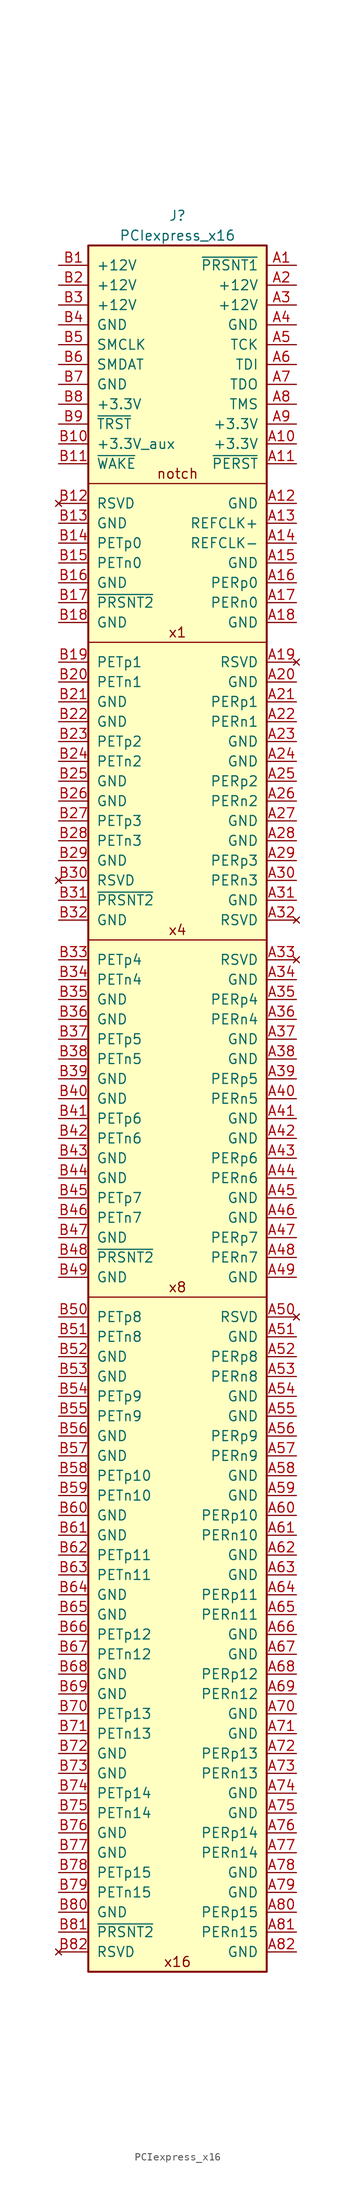
<source format=kicad_sym>
(kicad_symbol_lib
  (version 20231120)
  (generator "kicad_symbol_editor")
  (generator_version "8.0")
  (symbol "PCIexpress_x16"
    (pin_names
      (offset 1.016))
    (property "Reference" "J"
      (at 0 3.81 0)
      (effects (font (size 1.27 1.27))))
    (property "Value" "PCIexpress_x16"
      (at 0 1.27 0)
      (effects (font (size 1.27 1.27))))
    (symbol "PCIexpress_x16_0_0"
      (polyline (pts (xy 11.43 -134.62) (xy -11.43 -134.62)) (stroke (width 0) (type default)) (fill (type none)))
      (polyline (pts (xy 11.43 -88.9) (xy -11.43 -88.9)) (stroke (width 0) (type default)) (fill (type none)))
      (text "x16" (at 0 -219.71 0) (effects (font (size 1.27 1.27))))
      (text "x4" (at 0 -87.63 0) (effects (font (size 1.27 1.27))))
      (text "x8" (at 0 -133.35 0) (effects (font (size 1.27 1.27)))))
    (symbol "PCIexpress_x16_1_1"
      (polyline (pts (xy 11.43 -50.8) (xy -11.43 -50.8)) (stroke (width 0) (type default)) (fill (type none)))
      (polyline (pts (xy 11.43 -30.48) (xy -11.43 -30.48)) (stroke (width 0) (type default)) (fill (type none)))
      (rectangle (start 11.43 0) (end -11.43 -220.98) (stroke (width 0.254) (type default)) (fill (type background)))
      (text "notch" (at 0 -29.21 0) (effects (font (size 1.27 1.27))))
      (text "x1" (at 0 -49.53 0) (effects (font (size 1.27 1.27))))
      (pin passive line (at 15.24 -2.54 180) (length 3.81) (name "~{PRSNT1}" (effects (font (size 1.27 1.27)))) (number "A1" (effects (font (size 1.27 1.27)))))
      (pin power_out line (at 15.24 -25.4 180) (length 3.81) (name "+3.3V" (effects (font (size 1.27 1.27)))) (number "A10" (effects (font (size 1.27 1.27)))))
      (pin output line (at 15.24 -27.94 180) (length 3.81) (name "~{PERST}" (effects (font (size 1.27 1.27)))) (number "A11" (effects (font (size 1.27 1.27)))))
      (pin power_out line (at 15.24 -33.02 180) (length 3.81) (name "GND" (effects (font (size 1.27 1.27)))) (number "A12" (effects (font (size 1.27 1.27)))))
      (pin output line (at 15.24 -35.56 180) (length 3.81) (name "REFCLK+" (effects (font (size 1.27 1.27)))) (number "A13" (effects (font (size 1.27 1.27)))))
      (pin output line (at 15.24 -38.1 180) (length 3.81) (name "REFCLK-" (effects (font (size 1.27 1.27)))) (number "A14" (effects (font (size 1.27 1.27)))))
      (pin power_out line (at 15.24 -40.64 180) (length 3.81) (name "GND" (effects (font (size 1.27 1.27)))) (number "A15" (effects (font (size 1.27 1.27)))))
      (pin input line (at 15.24 -43.18 180) (length 3.81) (name "PERp0" (effects (font (size 1.27 1.27)))) (number "A16" (effects (font (size 1.27 1.27)))))
      (pin input line (at 15.24 -45.72 180) (length 3.81) (name "PERn0" (effects (font (size 1.27 1.27)))) (number "A17" (effects (font (size 1.27 1.27)))))
      (pin power_out line (at 15.24 -48.26 180) (length 3.81) (name "GND" (effects (font (size 1.27 1.27)))) (number "A18" (effects (font (size 1.27 1.27)))))
      (pin no_connect line (at 15.24 -53.34 180) (length 3.81) (name "RSVD" (effects (font (size 1.27 1.27)))) (number "A19" (effects (font (size 1.27 1.27)))))
      (pin power_out line (at 15.24 -5.08 180) (length 3.81) (name "+12V" (effects (font (size 1.27 1.27)))) (number "A2" (effects (font (size 1.27 1.27)))))
      (pin power_out line (at 15.24 -55.88 180) (length 3.81) (name "GND" (effects (font (size 1.27 1.27)))) (number "A20" (effects (font (size 1.27 1.27)))))
      (pin input line (at 15.24 -58.42 180) (length 3.81) (name "PERp1" (effects (font (size 1.27 1.27)))) (number "A21" (effects (font (size 1.27 1.27)))))
      (pin input line (at 15.24 -60.96 180) (length 3.81) (name "PERn1" (effects (font (size 1.27 1.27)))) (number "A22" (effects (font (size 1.27 1.27)))))
      (pin power_out line (at 15.24 -63.5 180) (length 3.81) (name "GND" (effects (font (size 1.27 1.27)))) (number "A23" (effects (font (size 1.27 1.27)))))
      (pin power_out line (at 15.24 -66.04 180) (length 3.81) (name "GND" (effects (font (size 1.27 1.27)))) (number "A24" (effects (font (size 1.27 1.27)))))
      (pin input line (at 15.24 -68.58 180) (length 3.81) (name "PERp2" (effects (font (size 1.27 1.27)))) (number "A25" (effects (font (size 1.27 1.27)))))
      (pin input line (at 15.24 -71.12 180) (length 3.81) (name "PERn2" (effects (font (size 1.27 1.27)))) (number "A26" (effects (font (size 1.27 1.27)))))
      (pin power_out line (at 15.24 -73.66 180) (length 3.81) (name "GND" (effects (font (size 1.27 1.27)))) (number "A27" (effects (font (size 1.27 1.27)))))
      (pin power_out line (at 15.24 -76.2 180) (length 3.81) (name "GND" (effects (font (size 1.27 1.27)))) (number "A28" (effects (font (size 1.27 1.27)))))
      (pin input line (at 15.24 -78.74 180) (length 3.81) (name "PERp3" (effects (font (size 1.27 1.27)))) (number "A29" (effects (font (size 1.27 1.27)))))
      (pin power_out line (at 15.24 -7.62 180) (length 3.81) (name "+12V" (effects (font (size 1.27 1.27)))) (number "A3" (effects (font (size 1.27 1.27)))))
      (pin input line (at 15.24 -81.28 180) (length 3.81) (name "PERn3" (effects (font (size 1.27 1.27)))) (number "A30" (effects (font (size 1.27 1.27)))))
      (pin power_out line (at 15.24 -83.82 180) (length 3.81) (name "GND" (effects (font (size 1.27 1.27)))) (number "A31" (effects (font (size 1.27 1.27)))))
      (pin no_connect line (at 15.24 -86.36 180) (length 3.81) (name "RSVD" (effects (font (size 1.27 1.27)))) (number "A32" (effects (font (size 1.27 1.27)))))
      (pin no_connect line (at 15.24 -91.44 180) (length 3.81) (name "RSVD" (effects (font (size 1.27 1.27)))) (number "A33" (effects (font (size 1.27 1.27)))))
      (pin power_out line (at 15.24 -93.98 180) (length 3.81) (name "GND" (effects (font (size 1.27 1.27)))) (number "A34" (effects (font (size 1.27 1.27)))))
      (pin input line (at 15.24 -96.52 180) (length 3.81) (name "PERp4" (effects (font (size 1.27 1.27)))) (number "A35" (effects (font (size 1.27 1.27)))))
      (pin input line (at 15.24 -99.06 180) (length 3.81) (name "PERn4" (effects (font (size 1.27 1.27)))) (number "A36" (effects (font (size 1.27 1.27)))))
      (pin power_out line (at 15.24 -101.6 180) (length 3.81) (name "GND" (effects (font (size 1.27 1.27)))) (number "A37" (effects (font (size 1.27 1.27)))))
      (pin power_out line (at 15.24 -104.14 180) (length 3.81) (name "GND" (effects (font (size 1.27 1.27)))) (number "A38" (effects (font (size 1.27 1.27)))))
      (pin input line (at 15.24 -106.68 180) (length 3.81) (name "PERp5" (effects (font (size 1.27 1.27)))) (number "A39" (effects (font (size 1.27 1.27)))))
      (pin power_out line (at 15.24 -10.16 180) (length 3.81) (name "GND" (effects (font (size 1.27 1.27)))) (number "A4" (effects (font (size 1.27 1.27)))))
      (pin input line (at 15.24 -109.22 180) (length 3.81) (name "PERn5" (effects (font (size 1.27 1.27)))) (number "A40" (effects (font (size 1.27 1.27)))))
      (pin power_out line (at 15.24 -111.76 180) (length 3.81) (name "GND" (effects (font (size 1.27 1.27)))) (number "A41" (effects (font (size 1.27 1.27)))))
      (pin power_out line (at 15.24 -114.3 180) (length 3.81) (name "GND" (effects (font (size 1.27 1.27)))) (number "A42" (effects (font (size 1.27 1.27)))))
      (pin input line (at 15.24 -116.84 180) (length 3.81) (name "PERp6" (effects (font (size 1.27 1.27)))) (number "A43" (effects (font (size 1.27 1.27)))))
      (pin input line (at 15.24 -119.38 180) (length 3.81) (name "PERn6" (effects (font (size 1.27 1.27)))) (number "A44" (effects (font (size 1.27 1.27)))))
      (pin power_out line (at 15.24 -121.92 180) (length 3.81) (name "GND" (effects (font (size 1.27 1.27)))) (number "A45" (effects (font (size 1.27 1.27)))))
      (pin power_out line (at 15.24 -124.46 180) (length 3.81) (name "GND" (effects (font (size 1.27 1.27)))) (number "A46" (effects (font (size 1.27 1.27)))))
      (pin input line (at 15.24 -127 180) (length 3.81) (name "PERp7" (effects (font (size 1.27 1.27)))) (number "A47" (effects (font (size 1.27 1.27)))))
      (pin input line (at 15.24 -129.54 180) (length 3.81) (name "PERn7" (effects (font (size 1.27 1.27)))) (number "A48" (effects (font (size 1.27 1.27)))))
      (pin power_out line (at 15.24 -132.08 180) (length 3.81) (name "GND" (effects (font (size 1.27 1.27)))) (number "A49" (effects (font (size 1.27 1.27)))))
      (pin output line (at 15.24 -12.7 180) (length 3.81) (name "TCK" (effects (font (size 1.27 1.27)))) (number "A5" (effects (font (size 1.27 1.27)))))
      (pin no_connect line (at 15.24 -137.16 180) (length 3.81) (name "RSVD" (effects (font (size 1.27 1.27)))) (number "A50" (effects (font (size 1.27 1.27)))))
      (pin power_out line (at 15.24 -139.7 180) (length 3.81) (name "GND" (effects (font (size 1.27 1.27)))) (number "A51" (effects (font (size 1.27 1.27)))))
      (pin input line (at 15.24 -142.24 180) (length 3.81) (name "PERp8" (effects (font (size 1.27 1.27)))) (number "A52" (effects (font (size 1.27 1.27)))))
      (pin input line (at 15.24 -144.78 180) (length 3.81) (name "PERn8" (effects (font (size 1.27 1.27)))) (number "A53" (effects (font (size 1.27 1.27)))))
      (pin power_out line (at 15.24 -147.32 180) (length 3.81) (name "GND" (effects (font (size 1.27 1.27)))) (number "A54" (effects (font (size 1.27 1.27)))))
      (pin power_out line (at 15.24 -149.86 180) (length 3.81) (name "GND" (effects (font (size 1.27 1.27)))) (number "A55" (effects (font (size 1.27 1.27)))))
      (pin input line (at 15.24 -152.4 180) (length 3.81) (name "PERp9" (effects (font (size 1.27 1.27)))) (number "A56" (effects (font (size 1.27 1.27)))))
      (pin input line (at 15.24 -154.94 180) (length 3.81) (name "PERn9" (effects (font (size 1.27 1.27)))) (number "A57" (effects (font (size 1.27 1.27)))))
      (pin power_out line (at 15.24 -157.48 180) (length 3.81) (name "GND" (effects (font (size 1.27 1.27)))) (number "A58" (effects (font (size 1.27 1.27)))))
      (pin power_out line (at 15.24 -160.02 180) (length 3.81) (name "GND" (effects (font (size 1.27 1.27)))) (number "A59" (effects (font (size 1.27 1.27)))))
      (pin output line (at 15.24 -15.24 180) (length 3.81) (name "TDI" (effects (font (size 1.27 1.27)))) (number "A6" (effects (font (size 1.27 1.27)))))
      (pin input line (at 15.24 -162.56 180) (length 3.81) (name "PERp10" (effects (font (size 1.27 1.27)))) (number "A60" (effects (font (size 1.27 1.27)))))
      (pin input line (at 15.24 -165.1 180) (length 3.81) (name "PERn10" (effects (font (size 1.27 1.27)))) (number "A61" (effects (font (size 1.27 1.27)))))
      (pin power_out line (at 15.24 -167.64 180) (length 3.81) (name "GND" (effects (font (size 1.27 1.27)))) (number "A62" (effects (font (size 1.27 1.27)))))
      (pin power_out line (at 15.24 -170.18 180) (length 3.81) (name "GND" (effects (font (size 1.27 1.27)))) (number "A63" (effects (font (size 1.27 1.27)))))
      (pin input line (at 15.24 -172.72 180) (length 3.81) (name "PERp11" (effects (font (size 1.27 1.27)))) (number "A64" (effects (font (size 1.27 1.27)))))
      (pin input line (at 15.24 -175.26 180) (length 3.81) (name "PERn11" (effects (font (size 1.27 1.27)))) (number "A65" (effects (font (size 1.27 1.27)))))
      (pin power_out line (at 15.24 -177.8 180) (length 3.81) (name "GND" (effects (font (size 1.27 1.27)))) (number "A66" (effects (font (size 1.27 1.27)))))
      (pin power_out line (at 15.24 -180.34 180) (length 3.81) (name "GND" (effects (font (size 1.27 1.27)))) (number "A67" (effects (font (size 1.27 1.27)))))
      (pin input line (at 15.24 -182.88 180) (length 3.81) (name "PERp12" (effects (font (size 1.27 1.27)))) (number "A68" (effects (font (size 1.27 1.27)))))
      (pin input line (at 15.24 -185.42 180) (length 3.81) (name "PERn12" (effects (font (size 1.27 1.27)))) (number "A69" (effects (font (size 1.27 1.27)))))
      (pin input line (at 15.24 -17.78 180) (length 3.81) (name "TDO" (effects (font (size 1.27 1.27)))) (number "A7" (effects (font (size 1.27 1.27)))))
      (pin power_out line (at 15.24 -187.96 180) (length 3.81) (name "GND" (effects (font (size 1.27 1.27)))) (number "A70" (effects (font (size 1.27 1.27)))))
      (pin power_out line (at 15.24 -190.5 180) (length 3.81) (name "GND" (effects (font (size 1.27 1.27)))) (number "A71" (effects (font (size 1.27 1.27)))))
      (pin input line (at 15.24 -193.04 180) (length 3.81) (name "PERp13" (effects (font (size 1.27 1.27)))) (number "A72" (effects (font (size 1.27 1.27)))))
      (pin input line (at 15.24 -195.58 180) (length 3.81) (name "PERn13" (effects (font (size 1.27 1.27)))) (number "A73" (effects (font (size 1.27 1.27)))))
      (pin power_out line (at 15.24 -198.12 180) (length 3.81) (name "GND" (effects (font (size 1.27 1.27)))) (number "A74" (effects (font (size 1.27 1.27)))))
      (pin power_out line (at 15.24 -200.66 180) (length 3.81) (name "GND" (effects (font (size 1.27 1.27)))) (number "A75" (effects (font (size 1.27 1.27)))))
      (pin input line (at 15.24 -203.2 180) (length 3.81) (name "PERp14" (effects (font (size 1.27 1.27)))) (number "A76" (effects (font (size 1.27 1.27)))))
      (pin input line (at 15.24 -205.74 180) (length 3.81) (name "PERn14" (effects (font (size 1.27 1.27)))) (number "A77" (effects (font (size 1.27 1.27)))))
      (pin power_out line (at 15.24 -208.28 180) (length 3.81) (name "GND" (effects (font (size 1.27 1.27)))) (number "A78" (effects (font (size 1.27 1.27)))))
      (pin power_out line (at 15.24 -210.82 180) (length 3.81) (name "GND" (effects (font (size 1.27 1.27)))) (number "A79" (effects (font (size 1.27 1.27)))))
      (pin output line (at 15.24 -20.32 180) (length 3.81) (name "TMS" (effects (font (size 1.27 1.27)))) (number "A8" (effects (font (size 1.27 1.27)))))
      (pin input line (at 15.24 -213.36 180) (length 3.81) (name "PERp15" (effects (font (size 1.27 1.27)))) (number "A80" (effects (font (size 1.27 1.27)))))
      (pin input line (at 15.24 -215.9 180) (length 3.81) (name "PERn15" (effects (font (size 1.27 1.27)))) (number "A81" (effects (font (size 1.27 1.27)))))
      (pin power_out line (at 15.24 -218.44 180) (length 3.81) (name "GND" (effects (font (size 1.27 1.27)))) (number "A82" (effects (font (size 1.27 1.27)))))
      (pin power_out line (at 15.24 -22.86 180) (length 3.81) (name "+3.3V" (effects (font (size 1.27 1.27)))) (number "A9" (effects (font (size 1.27 1.27)))))
      (pin power_out line (at -15.24 -2.54 0) (length 3.81) (name "+12V" (effects (font (size 1.27 1.27)))) (number "B1" (effects (font (size 1.27 1.27)))))
      (pin power_out line (at -15.24 -25.4 0) (length 3.81) (name "+3.3V_aux" (effects (font (size 1.27 1.27)))) (number "B10" (effects (font (size 1.27 1.27)))))
      (pin open_collector line (at -15.24 -27.94 0) (length 3.81) (name "~{WAKE}" (effects (font (size 1.27 1.27)))) (number "B11" (effects (font (size 1.27 1.27)))))
      (pin no_connect line (at -15.24 -33.02 0) (length 3.81) (name "RSVD" (effects (font (size 1.27 1.27)))) (number "B12" (effects (font (size 1.27 1.27)))))
      (pin power_out line (at -15.24 -35.56 0) (length 3.81) (name "GND" (effects (font (size 1.27 1.27)))) (number "B13" (effects (font (size 1.27 1.27)))))
      (pin output line (at -15.24 -38.1 0) (length 3.81) (name "PETp0" (effects (font (size 1.27 1.27)))) (number "B14" (effects (font (size 1.27 1.27)))))
      (pin output line (at -15.24 -40.64 0) (length 3.81) (name "PETn0" (effects (font (size 1.27 1.27)))) (number "B15" (effects (font (size 1.27 1.27)))))
      (pin power_out line (at -15.24 -43.18 0) (length 3.81) (name "GND" (effects (font (size 1.27 1.27)))) (number "B16" (effects (font (size 1.27 1.27)))))
      (pin passive line (at -15.24 -45.72 0) (length 3.81) (name "~{PRSNT2}" (effects (font (size 1.27 1.27)))) (number "B17" (effects (font (size 1.27 1.27)))))
      (pin power_out line (at -15.24 -48.26 0) (length 3.81) (name "GND" (effects (font (size 1.27 1.27)))) (number "B18" (effects (font (size 1.27 1.27)))))
      (pin output line (at -15.24 -53.34 0) (length 3.81) (name "PETp1" (effects (font (size 1.27 1.27)))) (number "B19" (effects (font (size 1.27 1.27)))))
      (pin power_out line (at -15.24 -5.08 0) (length 3.81) (name "+12V" (effects (font (size 1.27 1.27)))) (number "B2" (effects (font (size 1.27 1.27)))))
      (pin output line (at -15.24 -55.88 0) (length 3.81) (name "PETn1" (effects (font (size 1.27 1.27)))) (number "B20" (effects (font (size 1.27 1.27)))))
      (pin power_out line (at -15.24 -58.42 0) (length 3.81) (name "GND" (effects (font (size 1.27 1.27)))) (number "B21" (effects (font (size 1.27 1.27)))))
      (pin power_out line (at -15.24 -60.96 0) (length 3.81) (name "GND" (effects (font (size 1.27 1.27)))) (number "B22" (effects (font (size 1.27 1.27)))))
      (pin output line (at -15.24 -63.5 0) (length 3.81) (name "PETp2" (effects (font (size 1.27 1.27)))) (number "B23" (effects (font (size 1.27 1.27)))))
      (pin output line (at -15.24 -66.04 0) (length 3.81) (name "PETn2" (effects (font (size 1.27 1.27)))) (number "B24" (effects (font (size 1.27 1.27)))))
      (pin power_out line (at -15.24 -68.58 0) (length 3.81) (name "GND" (effects (font (size 1.27 1.27)))) (number "B25" (effects (font (size 1.27 1.27)))))
      (pin power_out line (at -15.24 -71.12 0) (length 3.81) (name "GND" (effects (font (size 1.27 1.27)))) (number "B26" (effects (font (size 1.27 1.27)))))
      (pin output line (at -15.24 -73.66 0) (length 3.81) (name "PETp3" (effects (font (size 1.27 1.27)))) (number "B27" (effects (font (size 1.27 1.27)))))
      (pin output line (at -15.24 -76.2 0) (length 3.81) (name "PETn3" (effects (font (size 1.27 1.27)))) (number "B28" (effects (font (size 1.27 1.27)))))
      (pin power_out line (at -15.24 -78.74 0) (length 3.81) (name "GND" (effects (font (size 1.27 1.27)))) (number "B29" (effects (font (size 1.27 1.27)))))
      (pin power_out line (at -15.24 -7.62 0) (length 3.81) (name "+12V" (effects (font (size 1.27 1.27)))) (number "B3" (effects (font (size 1.27 1.27)))))
      (pin no_connect line (at -15.24 -81.28 0) (length 3.81) (name "RSVD" (effects (font (size 1.27 1.27)))) (number "B30" (effects (font (size 1.27 1.27)))))
      (pin passive line (at -15.24 -83.82 0) (length 3.81) (name "~{PRSNT2}" (effects (font (size 1.27 1.27)))) (number "B31" (effects (font (size 1.27 1.27)))))
      (pin power_out line (at -15.24 -86.36 0) (length 3.81) (name "GND" (effects (font (size 1.27 1.27)))) (number "B32" (effects (font (size 1.27 1.27)))))
      (pin output line (at -15.24 -91.44 0) (length 3.81) (name "PETp4" (effects (font (size 1.27 1.27)))) (number "B33" (effects (font (size 1.27 1.27)))))
      (pin output line (at -15.24 -93.98 0) (length 3.81) (name "PETn4" (effects (font (size 1.27 1.27)))) (number "B34" (effects (font (size 1.27 1.27)))))
      (pin power_out line (at -15.24 -96.52 0) (length 3.81) (name "GND" (effects (font (size 1.27 1.27)))) (number "B35" (effects (font (size 1.27 1.27)))))
      (pin power_out line (at -15.24 -99.06 0) (length 3.81) (name "GND" (effects (font (size 1.27 1.27)))) (number "B36" (effects (font (size 1.27 1.27)))))
      (pin output line (at -15.24 -101.6 0) (length 3.81) (name "PETp5" (effects (font (size 1.27 1.27)))) (number "B37" (effects (font (size 1.27 1.27)))))
      (pin output line (at -15.24 -104.14 0) (length 3.81) (name "PETn5" (effects (font (size 1.27 1.27)))) (number "B38" (effects (font (size 1.27 1.27)))))
      (pin power_out line (at -15.24 -106.68 0) (length 3.81) (name "GND" (effects (font (size 1.27 1.27)))) (number "B39" (effects (font (size 1.27 1.27)))))
      (pin power_out line (at -15.24 -10.16 0) (length 3.81) (name "GND" (effects (font (size 1.27 1.27)))) (number "B4" (effects (font (size 1.27 1.27)))))
      (pin power_out line (at -15.24 -109.22 0) (length 3.81) (name "GND" (effects (font (size 1.27 1.27)))) (number "B40" (effects (font (size 1.27 1.27)))))
      (pin output line (at -15.24 -111.76 0) (length 3.81) (name "PETp6" (effects (font (size 1.27 1.27)))) (number "B41" (effects (font (size 1.27 1.27)))))
      (pin output line (at -15.24 -114.3 0) (length 3.81) (name "PETn6" (effects (font (size 1.27 1.27)))) (number "B42" (effects (font (size 1.27 1.27)))))
      (pin power_out line (at -15.24 -116.84 0) (length 3.81) (name "GND" (effects (font (size 1.27 1.27)))) (number "B43" (effects (font (size 1.27 1.27)))))
      (pin power_out line (at -15.24 -119.38 0) (length 3.81) (name "GND" (effects (font (size 1.27 1.27)))) (number "B44" (effects (font (size 1.27 1.27)))))
      (pin output line (at -15.24 -121.92 0) (length 3.81) (name "PETp7" (effects (font (size 1.27 1.27)))) (number "B45" (effects (font (size 1.27 1.27)))))
      (pin output line (at -15.24 -124.46 0) (length 3.81) (name "PETn7" (effects (font (size 1.27 1.27)))) (number "B46" (effects (font (size 1.27 1.27)))))
      (pin power_out line (at -15.24 -127 0) (length 3.81) (name "GND" (effects (font (size 1.27 1.27)))) (number "B47" (effects (font (size 1.27 1.27)))))
      (pin passive line (at -15.24 -129.54 0) (length 3.81) (name "~{PRSNT2}" (effects (font (size 1.27 1.27)))) (number "B48" (effects (font (size 1.27 1.27)))))
      (pin power_out line (at -15.24 -132.08 0) (length 3.81) (name "GND" (effects (font (size 1.27 1.27)))) (number "B49" (effects (font (size 1.27 1.27)))))
      (pin open_collector line (at -15.24 -12.7 0) (length 3.81) (name "SMCLK" (effects (font (size 1.27 1.27)))) (number "B5" (effects (font (size 1.27 1.27)))))
      (pin output line (at -15.24 -137.16 0) (length 3.81) (name "PETp8" (effects (font (size 1.27 1.27)))) (number "B50" (effects (font (size 1.27 1.27)))))
      (pin output line (at -15.24 -139.7 0) (length 3.81) (name "PETn8" (effects (font (size 1.27 1.27)))) (number "B51" (effects (font (size 1.27 1.27)))))
      (pin power_out line (at -15.24 -142.24 0) (length 3.81) (name "GND" (effects (font (size 1.27 1.27)))) (number "B52" (effects (font (size 1.27 1.27)))))
      (pin power_out line (at -15.24 -144.78 0) (length 3.81) (name "GND" (effects (font (size 1.27 1.27)))) (number "B53" (effects (font (size 1.27 1.27)))))
      (pin output line (at -15.24 -147.32 0) (length 3.81) (name "PETp9" (effects (font (size 1.27 1.27)))) (number "B54" (effects (font (size 1.27 1.27)))))
      (pin output line (at -15.24 -149.86 0) (length 3.81) (name "PETn9" (effects (font (size 1.27 1.27)))) (number "B55" (effects (font (size 1.27 1.27)))))
      (pin power_out line (at -15.24 -152.4 0) (length 3.81) (name "GND" (effects (font (size 1.27 1.27)))) (number "B56" (effects (font (size 1.27 1.27)))))
      (pin power_out line (at -15.24 -154.94 0) (length 3.81) (name "GND" (effects (font (size 1.27 1.27)))) (number "B57" (effects (font (size 1.27 1.27)))))
      (pin output line (at -15.24 -157.48 0) (length 3.81) (name "PETp10" (effects (font (size 1.27 1.27)))) (number "B58" (effects (font (size 1.27 1.27)))))
      (pin output line (at -15.24 -160.02 0) (length 3.81) (name "PETn10" (effects (font (size 1.27 1.27)))) (number "B59" (effects (font (size 1.27 1.27)))))
      (pin open_collector line (at -15.24 -15.24 0) (length 3.81) (name "SMDAT" (effects (font (size 1.27 1.27)))) (number "B6" (effects (font (size 1.27 1.27)))))
      (pin power_out line (at -15.24 -162.56 0) (length 3.81) (name "GND" (effects (font (size 1.27 1.27)))) (number "B60" (effects (font (size 1.27 1.27)))))
      (pin power_out line (at -15.24 -165.1 0) (length 3.81) (name "GND" (effects (font (size 1.27 1.27)))) (number "B61" (effects (font (size 1.27 1.27)))))
      (pin output line (at -15.24 -167.64 0) (length 3.81) (name "PETp11" (effects (font (size 1.27 1.27)))) (number "B62" (effects (font (size 1.27 1.27)))))
      (pin output line (at -15.24 -170.18 0) (length 3.81) (name "PETn11" (effects (font (size 1.27 1.27)))) (number "B63" (effects (font (size 1.27 1.27)))))
      (pin power_out line (at -15.24 -172.72 0) (length 3.81) (name "GND" (effects (font (size 1.27 1.27)))) (number "B64" (effects (font (size 1.27 1.27)))))
      (pin power_out line (at -15.24 -175.26 0) (length 3.81) (name "GND" (effects (font (size 1.27 1.27)))) (number "B65" (effects (font (size 1.27 1.27)))))
      (pin output line (at -15.24 -177.8 0) (length 3.81) (name "PETp12" (effects (font (size 1.27 1.27)))) (number "B66" (effects (font (size 1.27 1.27)))))
      (pin output line (at -15.24 -180.34 0) (length 3.81) (name "PETn12" (effects (font (size 1.27 1.27)))) (number "B67" (effects (font (size 1.27 1.27)))))
      (pin power_out line (at -15.24 -182.88 0) (length 3.81) (name "GND" (effects (font (size 1.27 1.27)))) (number "B68" (effects (font (size 1.27 1.27)))))
      (pin power_out line (at -15.24 -185.42 0) (length 3.81) (name "GND" (effects (font (size 1.27 1.27)))) (number "B69" (effects (font (size 1.27 1.27)))))
      (pin power_out line (at -15.24 -17.78 0) (length 3.81) (name "GND" (effects (font (size 1.27 1.27)))) (number "B7" (effects (font (size 1.27 1.27)))))
      (pin output line (at -15.24 -187.96 0) (length 3.81) (name "PETp13" (effects (font (size 1.27 1.27)))) (number "B70" (effects (font (size 1.27 1.27)))))
      (pin output line (at -15.24 -190.5 0) (length 3.81) (name "PETn13" (effects (font (size 1.27 1.27)))) (number "B71" (effects (font (size 1.27 1.27)))))
      (pin power_out line (at -15.24 -193.04 0) (length 3.81) (name "GND" (effects (font (size 1.27 1.27)))) (number "B72" (effects (font (size 1.27 1.27)))))
      (pin power_out line (at -15.24 -195.58 0) (length 3.81) (name "GND" (effects (font (size 1.27 1.27)))) (number "B73" (effects (font (size 1.27 1.27)))))
      (pin output line (at -15.24 -198.12 0) (length 3.81) (name "PETp14" (effects (font (size 1.27 1.27)))) (number "B74" (effects (font (size 1.27 1.27)))))
      (pin output line (at -15.24 -200.66 0) (length 3.81) (name "PETn14" (effects (font (size 1.27 1.27)))) (number "B75" (effects (font (size 1.27 1.27)))))
      (pin power_out line (at -15.24 -203.2 0) (length 3.81) (name "GND" (effects (font (size 1.27 1.27)))) (number "B76" (effects (font (size 1.27 1.27)))))
      (pin power_out line (at -15.24 -205.74 0) (length 3.81) (name "GND" (effects (font (size 1.27 1.27)))) (number "B77" (effects (font (size 1.27 1.27)))))
      (pin output line (at -15.24 -208.28 0) (length 3.81) (name "PETp15" (effects (font (size 1.27 1.27)))) (number "B78" (effects (font (size 1.27 1.27)))))
      (pin output line (at -15.24 -210.82 0) (length 3.81) (name "PETn15" (effects (font (size 1.27 1.27)))) (number "B79" (effects (font (size 1.27 1.27)))))
      (pin power_out line (at -15.24 -20.32 0) (length 3.81) (name "+3.3V" (effects (font (size 1.27 1.27)))) (number "B8" (effects (font (size 1.27 1.27)))))
      (pin power_out line (at -15.24 -213.36 0) (length 3.81) (name "GND" (effects (font (size 1.27 1.27)))) (number "B80" (effects (font (size 1.27 1.27)))))
      (pin passive line (at -15.24 -215.9 0) (length 3.81) (name "~{PRSNT2}" (effects (font (size 1.27 1.27)))) (number "B81" (effects (font (size 1.27 1.27)))))
      (pin no_connect line (at -15.24 -218.44 0) (length 3.81) (name "RSVD" (effects (font (size 1.27 1.27)))) (number "B82" (effects (font (size 1.27 1.27)))))
      (pin output line (at -15.24 -22.86 0) (length 3.81) (name "~{TRST}" (effects (font (size 1.27 1.27)))) (number "B9" (effects (font (size 1.27 1.27))))))))
</source>
